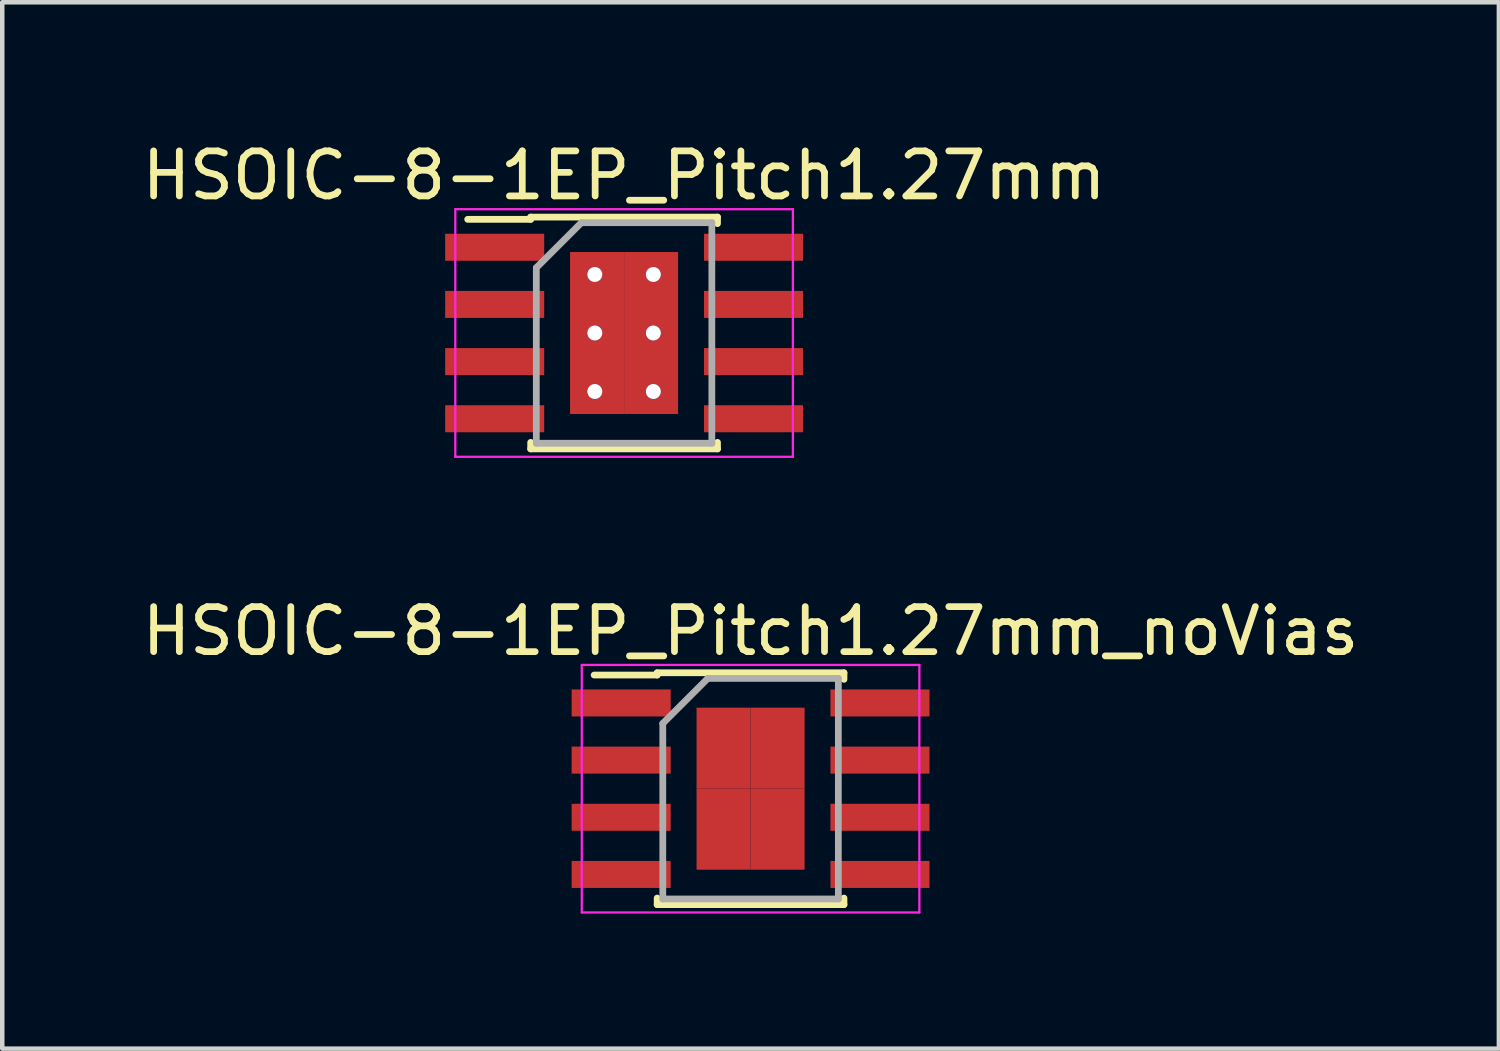
<source format=kicad_pcb>
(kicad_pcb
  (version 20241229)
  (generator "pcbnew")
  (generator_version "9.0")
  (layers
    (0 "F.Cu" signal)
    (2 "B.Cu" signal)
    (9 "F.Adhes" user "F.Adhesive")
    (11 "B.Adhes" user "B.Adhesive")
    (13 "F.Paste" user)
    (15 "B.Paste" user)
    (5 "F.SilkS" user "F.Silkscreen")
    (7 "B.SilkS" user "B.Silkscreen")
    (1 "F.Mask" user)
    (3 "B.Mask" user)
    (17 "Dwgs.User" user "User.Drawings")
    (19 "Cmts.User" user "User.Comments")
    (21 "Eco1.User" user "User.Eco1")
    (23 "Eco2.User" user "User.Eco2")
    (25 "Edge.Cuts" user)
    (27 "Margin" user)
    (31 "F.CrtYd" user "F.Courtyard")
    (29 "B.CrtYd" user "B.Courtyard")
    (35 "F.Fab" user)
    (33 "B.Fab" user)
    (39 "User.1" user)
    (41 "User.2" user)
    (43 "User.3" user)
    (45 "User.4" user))
  (footprint "HSOIC-8-1EP_Pitch1.27mm_noVias"
    (layer "F.Cu")
    (at 13.625 14.472)
    (property "Reference" "HSOIC-8-1EP_Pitch1.27mm_noVias" (at 0 -3.5 0) (layer "F.SilkS") (effects (font (size 1 1) (thickness 0.15))))
    (attr smd)
    (fp_line (start -2.075 -2.575) (end -2.075 -2.525) (stroke (width 0.15) (type solid)) (layer "F.SilkS"))
    (fp_line (start -2.075 -2.575) (end 2.075 -2.575) (stroke (width 0.15) (type solid)) (layer "F.SilkS"))
    (fp_line (start -2.075 -2.525) (end -3.475 -2.525) (stroke (width 0.15) (type solid)) (layer "F.SilkS"))
    (fp_line (start -2.075 2.575) (end -2.075 2.43) (stroke (width 0.15) (type solid)) (layer "F.SilkS"))
    (fp_line (start -2.075 2.575) (end 2.075 2.575) (stroke (width 0.15) (type solid)) (layer "F.SilkS"))
    (fp_line (start 2.075 -2.575) (end 2.075 -2.43) (stroke (width 0.15) (type solid)) (layer "F.SilkS"))
    (fp_line (start 2.075 2.575) (end 2.075 2.43) (stroke (width 0.15) (type solid)) (layer "F.SilkS"))
    (fp_line (start -3.75 -2.75) (end -3.75 2.75) (stroke (width 0.05) (type solid)) (layer "F.CrtYd"))
    (fp_line (start -3.75 -2.75) (end 3.75 -2.75) (stroke (width 0.05) (type solid)) (layer "F.CrtYd"))
    (fp_line (start -3.75 2.75) (end 3.75 2.75) (stroke (width 0.05) (type solid)) (layer "F.CrtYd"))
    (fp_line (start 3.75 -2.75) (end 3.75 2.75) (stroke (width 0.05) (type solid)) (layer "F.CrtYd"))
    (fp_line (start -1.95 -1.45) (end -0.95 -2.45) (stroke (width 0.15) (type solid)) (layer "F.Fab"))
    (fp_line (start -1.95 2.45) (end -1.95 -1.45) (stroke (width 0.15) (type solid)) (layer "F.Fab"))
    (fp_line (start -0.95 -2.45) (end 1.95 -2.45) (stroke (width 0.15) (type solid)) (layer "F.Fab"))
    (fp_line (start 1.95 -2.45) (end 1.95 2.45) (stroke (width 0.15) (type solid)) (layer "F.Fab"))
    (fp_line (start 1.95 2.45) (end -1.95 2.45) (stroke (width 0.15) (type solid)) (layer "F.Fab"))
    (pad "1" smd rect (at -2.875 -1.905) (size 2.2 0.6) (layers "F.Cu" "F.Mask" "F.Paste"))
    (pad "2" smd rect (at -2.875 -0.635) (size 2.2 0.6) (layers "F.Cu" "F.Mask" "F.Paste"))
    (pad "3" smd rect (at -2.875 0.635) (size 2.2 0.6) (layers "F.Cu" "F.Mask" "F.Paste"))
    (pad "4" smd rect (at -2.875 1.905) (size 2.2 0.6) (layers "F.Cu" "F.Mask" "F.Paste"))
    (pad "5" smd rect (at 2.875 1.905) (size 2.2 0.6) (layers "F.Cu" "F.Mask" "F.Paste"))
    (pad "6" smd rect (at 2.875 0.635) (size 2.2 0.6) (layers "F.Cu" "F.Mask" "F.Paste"))
    (pad "7" smd rect (at 2.875 -0.635) (size 2.2 0.6) (layers "F.Cu" "F.Mask" "F.Paste"))
    (pad "8" smd rect (at 2.875 -1.905) (size 2.2 0.6) (layers "F.Cu" "F.Mask" "F.Paste"))
    (pad "9" smd rect (at -0.6 -0.9) (size 1.2 1.8) (layers "F.Cu" "F.Mask" "F.Paste"))
    (pad "9" smd rect (at -0.6 0.9) (size 1.2 1.8) (layers "F.Cu" "F.Mask" "F.Paste"))
    (pad "9" smd rect (at 0.6 -0.9) (size 1.2 1.8) (layers "F.Cu" "F.Mask" "F.Paste"))
    (pad "9" smd rect (at 0.6 0.9) (size 1.2 1.8) (layers "F.Cu" "F.Mask" "F.Paste")))
  (footprint "HSOIC-8-1EP_Pitch1.27mm"
    (layer "F.Cu")
    (at 10.815 4.348)
    (property "Reference" "HSOIC-8-1EP_Pitch1.27mm" (at 0 -3.5 0) (layer "F.SilkS") (effects (font (size 1 1) (thickness 0.15))))
    (attr smd)
    (fp_line (start -2.075 -2.575) (end -2.075 -2.525) (stroke (width 0.15) (type solid)) (layer "F.SilkS"))
    (fp_line (start -2.075 -2.575) (end 2.075 -2.575) (stroke (width 0.15) (type solid)) (layer "F.SilkS"))
    (fp_line (start -2.075 -2.525) (end -3.475 -2.525) (stroke (width 0.15) (type solid)) (layer "F.SilkS"))
    (fp_line (start -2.075 2.575) (end -2.075 2.43) (stroke (width 0.15) (type solid)) (layer "F.SilkS"))
    (fp_line (start -2.075 2.575) (end 2.075 2.575) (stroke (width 0.15) (type solid)) (layer "F.SilkS"))
    (fp_line (start 2.075 -2.575) (end 2.075 -2.43) (stroke (width 0.15) (type solid)) (layer "F.SilkS"))
    (fp_line (start 2.075 2.575) (end 2.075 2.43) (stroke (width 0.15) (type solid)) (layer "F.SilkS"))
    (fp_line (start -3.75 -2.75) (end -3.75 2.75) (stroke (width 0.05) (type solid)) (layer "F.CrtYd"))
    (fp_line (start -3.75 -2.75) (end 3.75 -2.75) (stroke (width 0.05) (type solid)) (layer "F.CrtYd"))
    (fp_line (start -3.75 2.75) (end 3.75 2.75) (stroke (width 0.05) (type solid)) (layer "F.CrtYd"))
    (fp_line (start 3.75 -2.75) (end 3.75 2.75) (stroke (width 0.05) (type solid)) (layer "F.CrtYd"))
    (fp_line (start -1.95 -1.45) (end -0.95 -2.45) (stroke (width 0.15) (type solid)) (layer "F.Fab"))
    (fp_line (start -1.95 2.45) (end -1.95 -1.45) (stroke (width 0.15) (type solid)) (layer "F.Fab"))
    (fp_line (start -0.95 -2.45) (end 1.95 -2.45) (stroke (width 0.15) (type solid)) (layer "F.Fab"))
    (fp_line (start 1.95 -2.45) (end 1.95 2.45) (stroke (width 0.15) (type solid)) (layer "F.Fab"))
    (fp_line (start 1.95 2.45) (end -1.95 2.45) (stroke (width 0.15) (type solid)) (layer "F.Fab"))
    (pad "" thru_hole circle (at -0.65 -1.3) (size 0.33 0.33) (drill 0.33) (layers "*.Cu" "*.Mask"))
    (pad "" thru_hole circle (at -0.65 0) (size 0.33 0.33) (drill 0.33) (layers "*.Cu" "*.Mask"))
    (pad "" thru_hole circle (at -0.65 1.3) (size 0.33 0.33) (drill 0.33) (layers "*.Cu" "*.Mask"))
    (pad "" thru_hole circle (at 0.65 -1.3) (size 0.33 0.33) (drill 0.33) (layers "*.Cu" "*.Mask"))
    (pad "" thru_hole circle (at 0.65 0) (size 0.33 0.33) (drill 0.33) (layers "*.Cu" "*.Mask"))
    (pad "" thru_hole circle (at 0.65 1.3) (size 0.33 0.33) (drill 0.33) (layers "*.Cu" "*.Mask"))
    (pad "1" smd rect (at -2.875 -1.905) (size 2.2 0.6) (layers "F.Cu" "F.Mask" "F.Paste"))
    (pad "2" smd rect (at -2.875 -0.635) (size 2.2 0.6) (layers "F.Cu" "F.Mask" "F.Paste"))
    (pad "3" smd rect (at -2.875 0.635) (size 2.2 0.6) (layers "F.Cu" "F.Mask" "F.Paste"))
    (pad "4" smd rect (at -2.875 1.905) (size 2.2 0.6) (layers "F.Cu" "F.Mask" "F.Paste"))
    (pad "5" smd rect (at 2.875 1.905) (size 2.2 0.6) (layers "F.Cu" "F.Mask" "F.Paste"))
    (pad "6" smd rect (at 2.875 0.635) (size 2.2 0.6) (layers "F.Cu" "F.Mask" "F.Paste"))
    (pad "7" smd rect (at 2.875 -0.635) (size 2.2 0.6) (layers "F.Cu" "F.Mask" "F.Paste"))
    (pad "8" smd rect (at 2.875 -1.905) (size 2.2 0.6) (layers "F.Cu" "F.Mask" "F.Paste"))
    (pad "9" smd rect (at -0.6 -0.9) (size 1.2 1.8) (layers "F.Cu" "F.Mask" "F.Paste"))
    (pad "9" smd rect (at -0.6 0.9) (size 1.2 1.8) (layers "F.Cu" "F.Mask" "F.Paste"))
    (pad "9" smd rect (at 0.6 -0.9) (size 1.2 1.8) (layers "F.Cu" "F.Mask" "F.Paste"))
    (pad "9" smd rect (at 0.6 0.9) (size 1.2 1.8) (layers "F.Cu" "F.Mask" "F.Paste")))
  (gr_rect
    (start -3 -3)
    (end 30.25 20.247)
    (stroke (width 0.1) (type default))
    (fill no)
    (layer "Edge.Cuts")))
</source>
